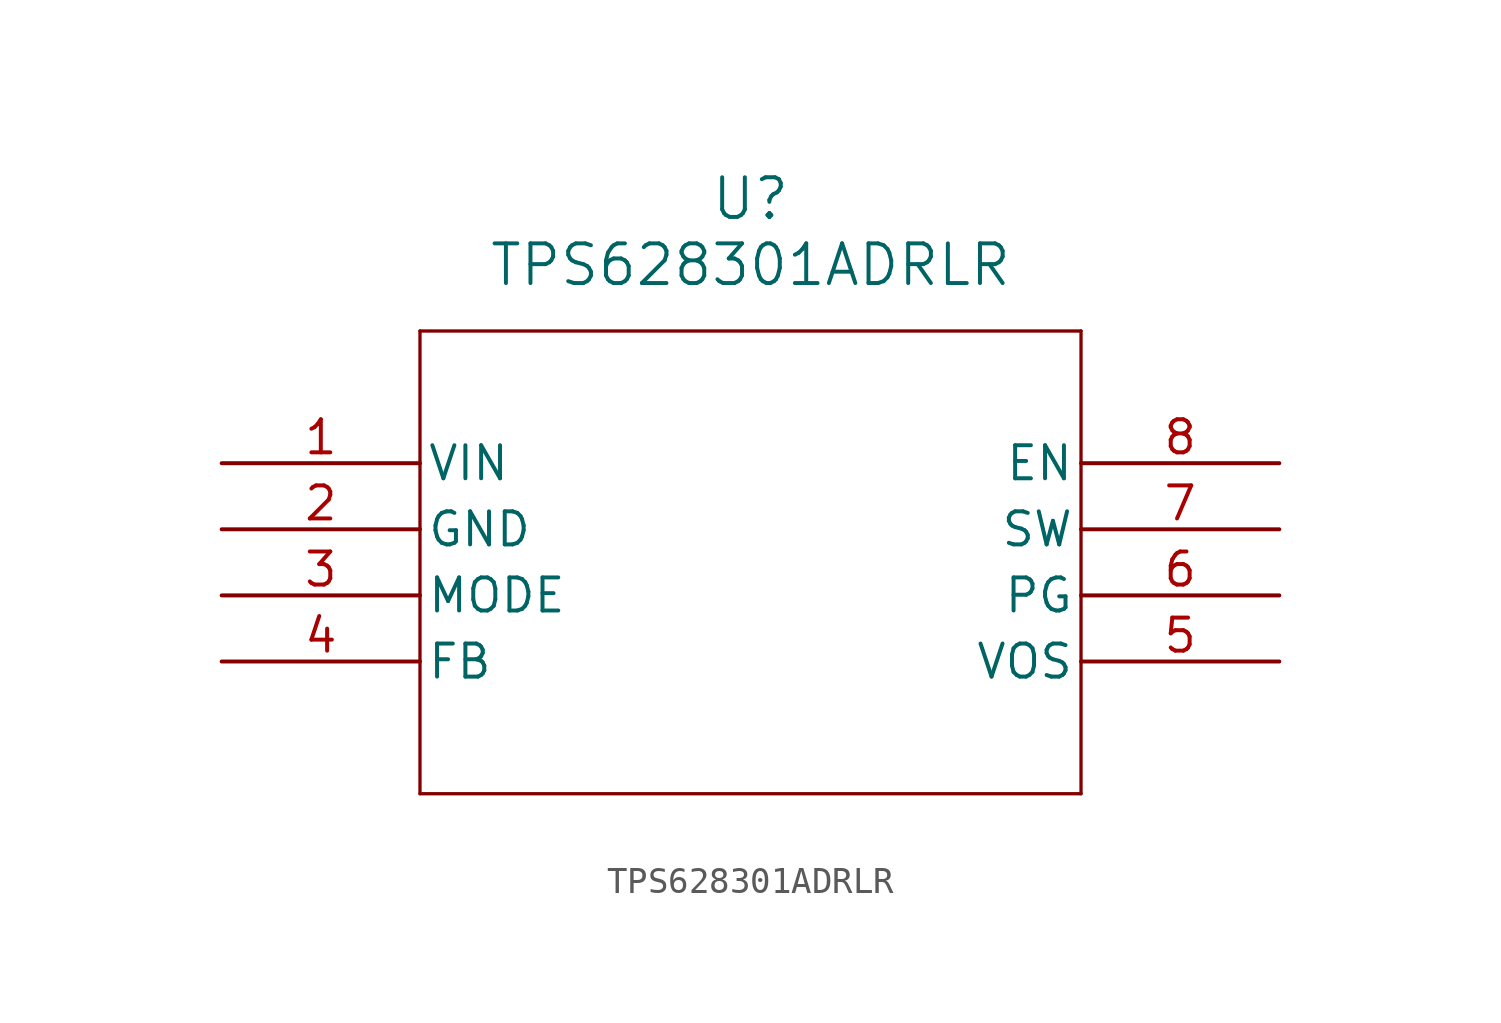
<source format=kicad_sym>
(kicad_symbol_lib
  (version 20211014)
  (generator kicad_symbol_editor)
  (symbol "TPS628301ADRLR"
    (pin_names
      (offset 0.254))
    (property "Reference" "U"
      (at 20.32 10.16 0)
      (effects (font (size 1.524 1.524))))
    (property "Value" "TPS628301ADRLR"
      (at 20.32 7.62 0)
      (effects (font (size 1.524 1.524))))
    (symbol "TPS628301ADRLR_0_1"
      (polyline (pts (xy 7.62 5.08) (xy 7.62 -12.7)) (stroke (width 0.127) (type default) (color 0 0 0 0)) (fill (type none)))
      (polyline (pts (xy 7.62 -12.7) (xy 33.02 -12.7)) (stroke (width 0.127) (type default) (color 0 0 0 0)) (fill (type none)))
      (polyline (pts (xy 33.02 -12.7) (xy 33.02 5.08)) (stroke (width 0.127) (type default) (color 0 0 0 0)) (fill (type none)))
      (polyline (pts (xy 33.02 5.08) (xy 7.62 5.08)) (stroke (width 0.127) (type default) (color 0 0 0 0)) (fill (type none)))
      (pin unspecified line (at 0 0 0) (length 7.62) (name "VIN" (effects (font (size 1.27 1.27)))) (number "1" (effects (font (size 1.27 1.27)))))
      (pin power_out line (at 0 -2.54 0) (length 7.62) (name "GND" (effects (font (size 1.27 1.27)))) (number "2" (effects (font (size 1.27 1.27)))))
      (pin unspecified line (at 0 -5.08 0) (length 7.62) (name "MODE" (effects (font (size 1.27 1.27)))) (number "3" (effects (font (size 1.27 1.27)))))
      (pin unspecified line (at 0 -7.62 0) (length 7.62) (name "FB" (effects (font (size 1.27 1.27)))) (number "4" (effects (font (size 1.27 1.27)))))
      (pin unspecified line (at 40.64 -7.62 180) (length 7.62) (name "VOS" (effects (font (size 1.27 1.27)))) (number "5" (effects (font (size 1.27 1.27)))))
      (pin unspecified line (at 40.64 -5.08 180) (length 7.62) (name "PG" (effects (font (size 1.27 1.27)))) (number "6" (effects (font (size 1.27 1.27)))))
      (pin unspecified line (at 40.64 -2.54 180) (length 7.62) (name "SW" (effects (font (size 1.27 1.27)))) (number "7" (effects (font (size 1.27 1.27)))))
      (pin unspecified line (at 40.64 0 180) (length 7.62) (name "EN" (effects (font (size 1.27 1.27)))) (number "8" (effects (font (size 1.27 1.27))))))))
</source>
